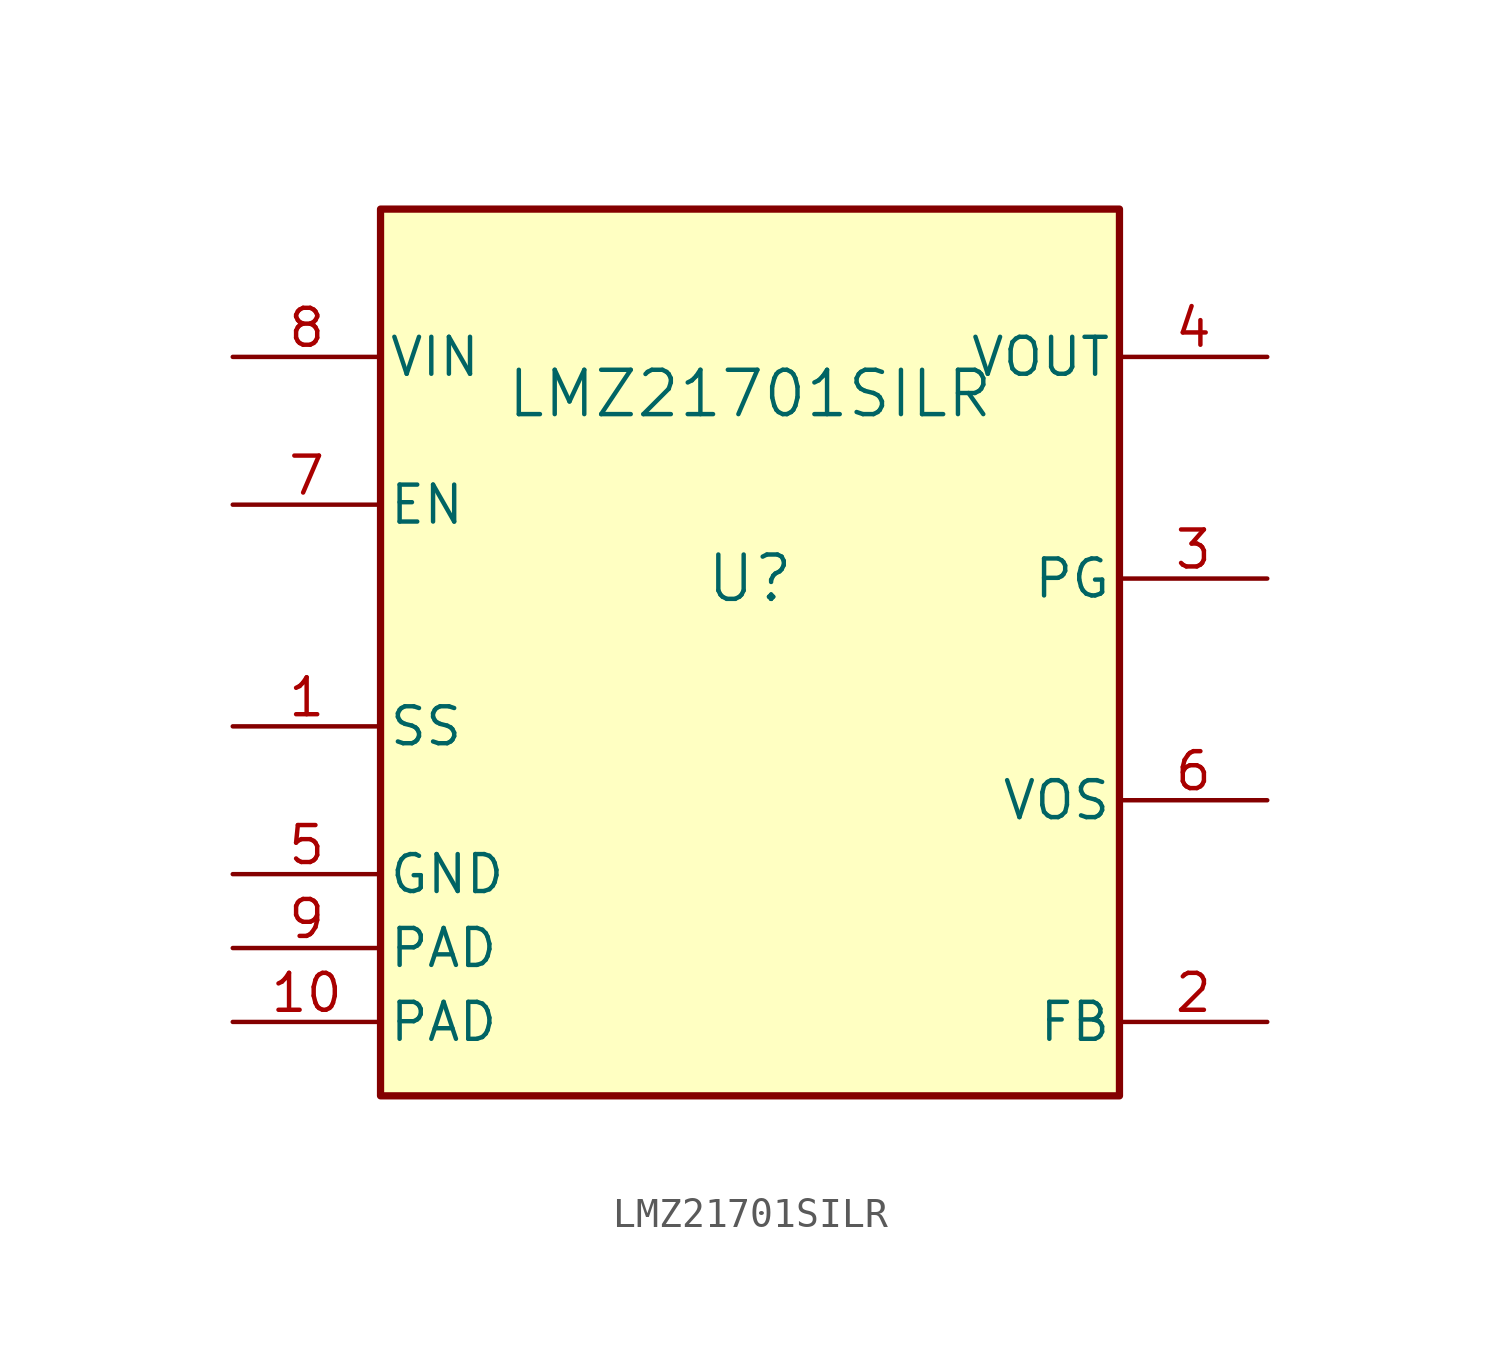
<source format=kicad_sym>
(kicad_symbol_lib
  (version 20220914)
  (generator kicad_symbol_editor)
  (symbol "LMZ21701SILR"
    (pin_names
      (offset 0.254))
    (property "Reference" "U"
      (at 0 2.54 0)
      (effects (font (size 1.524 1.524))))
    (property "Value" "LMZ21701SILR"
      (at 0 8.89 0)
      (effects (font (size 1.524 1.524))))
    (property "ki_locked" ""
      (at 0 0 0)
      (effects (font (size 1.27 1.27))))
    (symbol "LMZ21701SILR_0_1"
      (pin input line (at -17.78 -2.54 0) (length 5.08) (name "SS" (effects (font (size 1.27 1.27)))) (number "1" (effects (font (size 1.27 1.27)))))
      (pin power_in line (at -17.78 -12.7 0) (length 5.08) (name "PAD" (effects (font (size 1.27 1.27)))) (number "10" (effects (font (size 1.27 1.27)))))
      (pin input line (at 17.78 -12.7 180) (length 5.08) (name "FB" (effects (font (size 1.27 1.27)))) (number "2" (effects (font (size 1.27 1.27)))))
      (pin open_collector line (at 17.78 2.54 180) (length 5.08) (name "PG" (effects (font (size 1.27 1.27)))) (number "3" (effects (font (size 1.27 1.27)))))
      (pin power_in line (at 17.78 10.16 180) (length 5.08) (name "VOUT" (effects (font (size 1.27 1.27)))) (number "4" (effects (font (size 1.27 1.27)))))
      (pin power_in line (at -17.78 -7.62 0) (length 5.08) (name "GND" (effects (font (size 1.27 1.27)))) (number "5" (effects (font (size 1.27 1.27)))))
      (pin input line (at 17.78 -5.08 180) (length 5.08) (name "VOS" (effects (font (size 1.27 1.27)))) (number "6" (effects (font (size 1.27 1.27)))))
      (pin input line (at -17.78 5.08 0) (length 5.08) (name "EN" (effects (font (size 1.27 1.27)))) (number "7" (effects (font (size 1.27 1.27)))))
      (pin power_in line (at -17.78 10.16 0) (length 5.08) (name "VIN" (effects (font (size 1.27 1.27)))) (number "8" (effects (font (size 1.27 1.27)))))
      (pin power_in line (at -17.78 -10.16 0) (length 5.08) (name "PAD" (effects (font (size 1.27 1.27)))) (number "9" (effects (font (size 1.27 1.27))))))
    (symbol "LMZ21701SILR_1_1"
      (rectangle (start -12.7 15.24) (end 12.7 -15.24) (stroke (width 0.25) (type default)) (fill (type background)))
      (rectangle (start 12.7 -2.54) (end 12.7 -2.54) (stroke (width 0) (type default)) (fill (type none))))))
</source>
